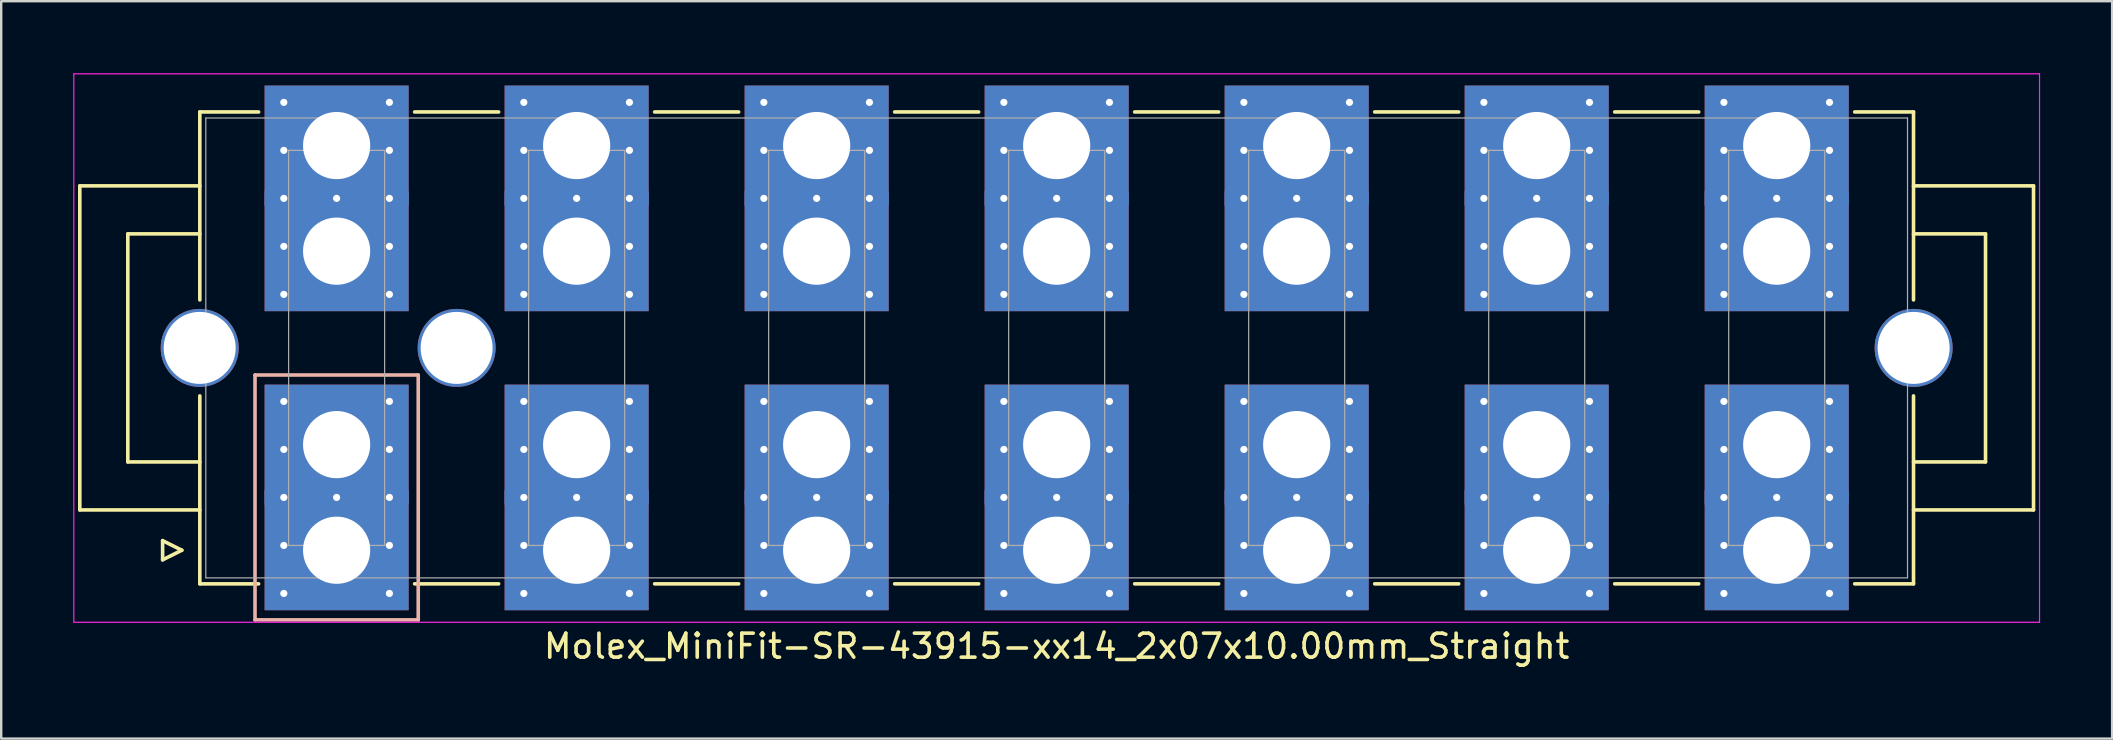
<source format=kicad_pcb>
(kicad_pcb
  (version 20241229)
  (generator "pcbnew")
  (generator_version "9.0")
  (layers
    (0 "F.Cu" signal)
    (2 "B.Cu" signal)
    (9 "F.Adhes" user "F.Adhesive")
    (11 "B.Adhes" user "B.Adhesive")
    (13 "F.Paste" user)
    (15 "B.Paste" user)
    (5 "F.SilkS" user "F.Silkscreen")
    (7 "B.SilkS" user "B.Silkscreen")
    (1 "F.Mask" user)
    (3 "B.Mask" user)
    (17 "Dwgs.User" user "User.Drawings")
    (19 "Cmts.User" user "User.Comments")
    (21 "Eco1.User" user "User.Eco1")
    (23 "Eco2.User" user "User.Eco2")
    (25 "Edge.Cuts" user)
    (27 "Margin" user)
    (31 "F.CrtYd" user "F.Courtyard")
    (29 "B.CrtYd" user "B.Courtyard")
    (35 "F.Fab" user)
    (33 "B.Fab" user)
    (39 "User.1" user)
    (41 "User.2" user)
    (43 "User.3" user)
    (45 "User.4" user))
  (footprint "Molex_MiniFit-SR-43915-xx14_2x07x10.00mm_Straight"
    (layer "F.Cu")
    (at 10.975 19.875)
    (property "Reference" "Molex_MiniFit-SR-43915-xx14_2x07x10.00mm_Straight" (at 30 4 0) (layer "F.SilkS") (effects (font (size 1 1) (thickness 0.15))))
    (attr through_hole)
    (fp_line (start -10.7 -15.18) (end -10.7 -1.68) (stroke (width 0.15) (type solid)) (layer "F.SilkS"))
    (fp_line (start -10.7 -1.68) (end -5.7 -1.68) (stroke (width 0.15) (type solid)) (layer "F.SilkS"))
    (fp_line (start -8.7 -13.18) (end -8.7 -3.68) (stroke (width 0.15) (type solid)) (layer "F.SilkS"))
    (fp_line (start -8.7 -3.68) (end -5.7 -3.68) (stroke (width 0.15) (type solid)) (layer "F.SilkS"))
    (fp_line (start -7.25 -0.4) (end -7.25 0.4) (stroke (width 0.15) (type solid)) (layer "F.SilkS"))
    (fp_line (start -7.25 0.4) (end -6.45 0) (stroke (width 0.15) (type solid)) (layer "F.SilkS"))
    (fp_line (start -6.45 0) (end -7.25 -0.4) (stroke (width 0.15) (type solid)) (layer "F.SilkS"))
    (fp_line (start -5.7 -18.26) (end -5.7 -10.43) (stroke (width 0.15) (type solid)) (layer "F.SilkS"))
    (fp_line (start -5.7 -15.18) (end -10.7 -15.18) (stroke (width 0.15) (type solid)) (layer "F.SilkS"))
    (fp_line (start -5.7 -13.18) (end -8.7 -13.18) (stroke (width 0.15) (type solid)) (layer "F.SilkS"))
    (fp_line (start -5.7 1.4) (end -5.7 -6.43) (stroke (width 0.15) (type solid)) (layer "F.SilkS"))
    (fp_line (start -3.25 -18.26) (end -5.7 -18.26) (stroke (width 0.15) (type solid)) (layer "F.SilkS"))
    (fp_line (start -3.25 1.4) (end -5.7 1.4) (stroke (width 0.15) (type solid)) (layer "F.SilkS"))
    (fp_line (start 3.25 -18.26) (end 6.75 -18.26) (stroke (width 0.15) (type solid)) (layer "F.SilkS"))
    (fp_line (start 3.25 1.4) (end 6.75 1.4) (stroke (width 0.15) (type solid)) (layer "F.SilkS"))
    (fp_line (start 13.25 -18.26) (end 16.75 -18.26) (stroke (width 0.15) (type solid)) (layer "F.SilkS"))
    (fp_line (start 13.25 1.4) (end 16.75 1.4) (stroke (width 0.15) (type solid)) (layer "F.SilkS"))
    (fp_line (start 23.25 -18.26) (end 26.75 -18.26) (stroke (width 0.15) (type solid)) (layer "F.SilkS"))
    (fp_line (start 23.25 1.4) (end 26.75 1.4) (stroke (width 0.15) (type solid)) (layer "F.SilkS"))
    (fp_line (start 33.25 -18.26) (end 36.75 -18.26) (stroke (width 0.15) (type solid)) (layer "F.SilkS"))
    (fp_line (start 33.25 1.4) (end 36.75 1.4) (stroke (width 0.15) (type solid)) (layer "F.SilkS"))
    (fp_line (start 43.25 -18.26) (end 46.75 -18.26) (stroke (width 0.15) (type solid)) (layer "F.SilkS"))
    (fp_line (start 43.25 1.4) (end 46.75 1.4) (stroke (width 0.15) (type solid)) (layer "F.SilkS"))
    (fp_line (start 53.25 -18.26) (end 56.75 -18.26) (stroke (width 0.15) (type solid)) (layer "F.SilkS"))
    (fp_line (start 53.25 1.4) (end 56.75 1.4) (stroke (width 0.15) (type solid)) (layer "F.SilkS"))
    (fp_line (start 63.25 -18.26) (end 65.7 -18.26) (stroke (width 0.15) (type solid)) (layer "F.SilkS"))
    (fp_line (start 63.25 1.4) (end 65.7 1.4) (stroke (width 0.15) (type solid)) (layer "F.SilkS"))
    (fp_line (start 65.7 -18.26) (end 65.7 -10.43) (stroke (width 0.15) (type solid)) (layer "F.SilkS"))
    (fp_line (start 65.7 -15.18) (end 70.7 -15.18) (stroke (width 0.15) (type solid)) (layer "F.SilkS"))
    (fp_line (start 65.7 -13.18) (end 68.7 -13.18) (stroke (width 0.15) (type solid)) (layer "F.SilkS"))
    (fp_line (start 65.7 1.4) (end 65.7 -6.43) (stroke (width 0.15) (type solid)) (layer "F.SilkS"))
    (fp_line (start 68.7 -13.18) (end 68.7 -3.68) (stroke (width 0.15) (type solid)) (layer "F.SilkS"))
    (fp_line (start 68.7 -3.68) (end 65.7 -3.68) (stroke (width 0.15) (type solid)) (layer "F.SilkS"))
    (fp_line (start 70.7 -15.18) (end 70.7 -1.68) (stroke (width 0.15) (type solid)) (layer "F.SilkS"))
    (fp_line (start 70.7 -1.68) (end 65.7 -1.68) (stroke (width 0.15) (type solid)) (layer "F.SilkS"))
    (fp_line (start -3.4 -7.3) (end -3.4 2.9) (stroke (width 0.15) (type solid)) (layer "B.SilkS"))
    (fp_line (start -3.4 2.9) (end 3.4 2.9) (stroke (width 0.15) (type solid)) (layer "B.SilkS"))
    (fp_line (start 3.4 -7.3) (end -3.4 -7.3) (stroke (width 0.15) (type solid)) (layer "B.SilkS"))
    (fp_line (start 3.4 2.9) (end 3.4 -7.3) (stroke (width 0.15) (type solid)) (layer "B.SilkS"))
    (fp_line (start -10.95 -19.85) (end -10.95 3) (stroke (width 0.05) (type solid)) (layer "F.CrtYd"))
    (fp_line (start -10.95 3) (end 70.95 3) (stroke (width 0.05) (type solid)) (layer "F.CrtYd"))
    (fp_line (start 70.95 -19.85) (end -10.95 -19.85) (stroke (width 0.05) (type solid)) (layer "F.CrtYd"))
    (fp_line (start 70.95 3) (end 70.95 -19.85) (stroke (width 0.05) (type solid)) (layer "F.CrtYd"))
    (fp_line (start -5.45 -18.01) (end -5.45 1.15) (stroke (width 0.05) (type solid)) (layer "F.Fab"))
    (fp_line (start -5.45 1.15) (end 65.45 1.15) (stroke (width 0.05) (type solid)) (layer "F.Fab"))
    (fp_line (start -2 -16.66) (end -2 -0.2) (stroke (width 0.05) (type solid)) (layer "F.Fab"))
    (fp_line (start -2 -0.2) (end 2 -0.2) (stroke (width 0.05) (type solid)) (layer "F.Fab"))
    (fp_line (start 2 -16.66) (end -2 -16.66) (stroke (width 0.05) (type solid)) (layer "F.Fab"))
    (fp_line (start 2 -0.2) (end 2 -16.66) (stroke (width 0.05) (type solid)) (layer "F.Fab"))
    (fp_line (start 8 -16.66) (end 8 -0.2) (stroke (width 0.05) (type solid)) (layer "F.Fab"))
    (fp_line (start 8 -0.2) (end 12 -0.2) (stroke (width 0.05) (type solid)) (layer "F.Fab"))
    (fp_line (start 12 -16.66) (end 8 -16.66) (stroke (width 0.05) (type solid)) (layer "F.Fab"))
    (fp_line (start 12 -0.2) (end 12 -16.66) (stroke (width 0.05) (type solid)) (layer "F.Fab"))
    (fp_line (start 18 -16.66) (end 18 -0.2) (stroke (width 0.05) (type solid)) (layer "F.Fab"))
    (fp_line (start 18 -0.2) (end 22 -0.2) (stroke (width 0.05) (type solid)) (layer "F.Fab"))
    (fp_line (start 22 -16.66) (end 18 -16.66) (stroke (width 0.05) (type solid)) (layer "F.Fab"))
    (fp_line (start 22 -0.2) (end 22 -16.66) (stroke (width 0.05) (type solid)) (layer "F.Fab"))
    (fp_line (start 28 -16.66) (end 28 -0.2) (stroke (width 0.05) (type solid)) (layer "F.Fab"))
    (fp_line (start 28 -0.2) (end 32 -0.2) (stroke (width 0.05) (type solid)) (layer "F.Fab"))
    (fp_line (start 32 -16.66) (end 28 -16.66) (stroke (width 0.05) (type solid)) (layer "F.Fab"))
    (fp_line (start 32 -0.2) (end 32 -16.66) (stroke (width 0.05) (type solid)) (layer "F.Fab"))
    (fp_line (start 38 -16.66) (end 38 -0.2) (stroke (width 0.05) (type solid)) (layer "F.Fab"))
    (fp_line (start 38 -0.2) (end 42 -0.2) (stroke (width 0.05) (type solid)) (layer "F.Fab"))
    (fp_line (start 42 -16.66) (end 38 -16.66) (stroke (width 0.05) (type solid)) (layer "F.Fab"))
    (fp_line (start 42 -0.2) (end 42 -16.66) (stroke (width 0.05) (type solid)) (layer "F.Fab"))
    (fp_line (start 48 -16.66) (end 48 -0.2) (stroke (width 0.05) (type solid)) (layer "F.Fab"))
    (fp_line (start 48 -0.2) (end 52 -0.2) (stroke (width 0.05) (type solid)) (layer "F.Fab"))
    (fp_line (start 52 -16.66) (end 48 -16.66) (stroke (width 0.05) (type solid)) (layer "F.Fab"))
    (fp_line (start 52 -0.2) (end 52 -16.66) (stroke (width 0.05) (type solid)) (layer "F.Fab"))
    (fp_line (start 58 -16.66) (end 58 -0.2) (stroke (width 0.05) (type solid)) (layer "F.Fab"))
    (fp_line (start 58 -0.2) (end 62 -0.2) (stroke (width 0.05) (type solid)) (layer "F.Fab"))
    (fp_line (start 62 -16.66) (end 58 -16.66) (stroke (width 0.05) (type solid)) (layer "F.Fab"))
    (fp_line (start 62 -0.2) (end 62 -16.66) (stroke (width 0.05) (type solid)) (layer "F.Fab"))
    (fp_line (start 65.45 -18.01) (end -5.45 -18.01) (stroke (width 0.05) (type solid)) (layer "F.Fab"))
    (fp_line (start 65.45 1.15) (end 65.45 -18.01) (stroke (width 0.05) (type solid)) (layer "F.Fab"))
    (pad "" thru_hole circle (at -5.705 -8.43) (size 3.25 3.25) (drill 3) (layers "*.Cu" "*.Mask"))
    (pad "" thru_hole circle (at 0 -14.66) (size 0.5 0.5) (drill 0.3) (layers "*.Cu" "B.Mask"))
    (pad "" thru_hole circle (at 0 -2.2) (size 0.5 0.5) (drill 0.3) (layers "*.Cu" "B.Mask"))
    (pad "" thru_hole circle (at 5 -8.43) (size 3.25 3.25) (drill 3) (layers "*.Cu" "*.Mask"))
    (pad "" thru_hole circle (at 10 -14.66) (size 0.5 0.5) (drill 0.3) (layers "*.Cu" "B.Mask"))
    (pad "" thru_hole circle (at 10 -2.2) (size 0.5 0.5) (drill 0.3) (layers "*.Cu" "B.Mask"))
    (pad "" thru_hole circle (at 20 -14.66) (size 0.5 0.5) (drill 0.3) (layers "*.Cu" "B.Mask"))
    (pad "" thru_hole circle (at 20 -2.2) (size 0.5 0.5) (drill 0.3) (layers "*.Cu" "B.Mask"))
    (pad "" thru_hole circle (at 30 -14.66) (size 0.5 0.5) (drill 0.3) (layers "*.Cu" "B.Mask"))
    (pad "" thru_hole circle (at 30 -2.2) (size 0.5 0.5) (drill 0.3) (layers "*.Cu" "B.Mask"))
    (pad "" thru_hole circle (at 40 -14.66) (size 0.5 0.5) (drill 0.3) (layers "*.Cu" "B.Mask"))
    (pad "" thru_hole circle (at 40 -2.2) (size 0.5 0.5) (drill 0.3) (layers "*.Cu" "B.Mask"))
    (pad "" thru_hole circle (at 50 -14.66) (size 0.5 0.5) (drill 0.3) (layers "*.Cu" "B.Mask"))
    (pad "" thru_hole circle (at 50 -2.2) (size 0.5 0.5) (drill 0.3) (layers "*.Cu" "B.Mask"))
    (pad "" thru_hole circle (at 60 -14.66) (size 0.5 0.5) (drill 0.3) (layers "*.Cu" "B.Mask"))
    (pad "" thru_hole circle (at 60 -2.2) (size 0.5 0.5) (drill 0.3) (layers "*.Cu" "B.Mask"))
    (pad "" thru_hole circle (at 65.705 -8.43) (size 3.25 3.25) (drill 3) (layers "*.Cu" "*.Mask"))
    (pad "1" thru_hole rect (at -2.2 -6.2) (size 0.5 0.5) (drill 0.3) (layers "*.Cu" "B.Mask"))
    (pad "1" thru_hole rect (at -2.2 -4.2) (size 0.5 0.5) (drill 0.3) (layers "*.Cu" "B.Mask"))
    (pad "1" thru_hole rect (at -2.2 -2.2) (size 0.5 0.5) (drill 0.3) (layers "*.Cu" "B.Mask"))
    (pad "1" thru_hole rect (at -2.2 -0.2) (size 0.5 0.5) (drill 0.3) (layers "*.Cu" "B.Mask"))
    (pad "1" thru_hole rect (at -2.2 1.8) (size 0.5 0.5) (drill 0.3) (layers "*.Cu" "B.Mask"))
    (pad "1" thru_hole rect (at 0 -4.4) (size 6 5) (drill 2.8) (layers "*.Cu" "B.Mask"))
    (pad "1" thru_hole rect (at 0 0) (size 6 5) (drill 2.8) (layers "*.Cu" "B.Mask"))
    (pad "1" thru_hole rect (at 2.2 -6.2) (size 0.5 0.5) (drill 0.3) (layers "*.Cu" "B.Mask"))
    (pad "1" thru_hole rect (at 2.2 -4.2) (size 0.5 0.5) (drill 0.3) (layers "*.Cu" "B.Mask"))
    (pad "1" thru_hole rect (at 2.2 -2.2) (size 0.5 0.5) (drill 0.3) (layers "*.Cu" "B.Mask"))
    (pad "1" thru_hole rect (at 2.2 -0.2) (size 0.5 0.5) (drill 0.3) (layers "*.Cu" "B.Mask"))
    (pad "1" thru_hole rect (at 2.2 1.8) (size 0.5 0.5) (drill 0.3) (layers "*.Cu" "B.Mask"))
    (pad "2" thru_hole circle (at 7.8 -6.2) (size 0.5 0.5) (drill 0.3) (layers "*.Cu" "B.Mask"))
    (pad "2" thru_hole circle (at 7.8 -4.2) (size 0.5 0.5) (drill 0.3) (layers "*.Cu" "B.Mask"))
    (pad "2" thru_hole circle (at 7.8 -2.2) (size 0.5 0.5) (drill 0.3) (layers "*.Cu" "B.Mask"))
    (pad "2" thru_hole circle (at 7.8 -0.2) (size 0.5 0.5) (drill 0.3) (layers "*.Cu" "B.Mask"))
    (pad "2" thru_hole circle (at 7.8 1.8) (size 0.5 0.5) (drill 0.3) (layers "*.Cu" "B.Mask"))
    (pad "2" thru_hole rect (at 10 -4.4) (size 6 5) (drill 2.8) (layers "*.Cu" "B.Mask"))
    (pad "2" thru_hole rect (at 10 0) (size 6 5) (drill 2.8) (layers "*.Cu" "B.Mask"))
    (pad "2" thru_hole circle (at 12.2 -6.2) (size 0.5 0.5) (drill 0.3) (layers "*.Cu" "B.Mask"))
    (pad "2" thru_hole circle (at 12.2 -4.2) (size 0.5 0.5) (drill 0.3) (layers "*.Cu" "B.Mask"))
    (pad "2" thru_hole circle (at 12.2 -2.2) (size 0.5 0.5) (drill 0.3) (layers "*.Cu" "B.Mask"))
    (pad "2" thru_hole circle (at 12.2 -0.2) (size 0.5 0.5) (drill 0.3) (layers "*.Cu" "B.Mask"))
    (pad "2" thru_hole circle (at 12.2 1.8) (size 0.5 0.5) (drill 0.3) (layers "*.Cu" "B.Mask"))
    (pad "3" thru_hole circle (at 17.8 -6.2) (size 0.5 0.5) (drill 0.3) (layers "*.Cu" "B.Mask"))
    (pad "3" thru_hole circle (at 17.8 -4.2) (size 0.5 0.5) (drill 0.3) (layers "*.Cu" "B.Mask"))
    (pad "3" thru_hole circle (at 17.8 -2.2) (size 0.5 0.5) (drill 0.3) (layers "*.Cu" "B.Mask"))
    (pad "3" thru_hole circle (at 17.8 -0.2) (size 0.5 0.5) (drill 0.3) (layers "*.Cu" "B.Mask"))
    (pad "3" thru_hole circle (at 17.8 1.8) (size 0.5 0.5) (drill 0.3) (layers "*.Cu" "B.Mask"))
    (pad "3" thru_hole rect (at 20 -4.4) (size 6 5) (drill 2.8) (layers "*.Cu" "B.Mask"))
    (pad "3" thru_hole rect (at 20 0) (size 6 5) (drill 2.8) (layers "*.Cu" "B.Mask"))
    (pad "3" thru_hole circle (at 22.2 -6.2) (size 0.5 0.5) (drill 0.3) (layers "*.Cu" "B.Mask"))
    (pad "3" thru_hole circle (at 22.2 -4.2) (size 0.5 0.5) (drill 0.3) (layers "*.Cu" "B.Mask"))
    (pad "3" thru_hole circle (at 22.2 -2.2) (size 0.5 0.5) (drill 0.3) (layers "*.Cu" "B.Mask"))
    (pad "3" thru_hole circle (at 22.2 -0.2) (size 0.5 0.5) (drill 0.3) (layers "*.Cu" "B.Mask"))
    (pad "3" thru_hole circle (at 22.2 1.8) (size 0.5 0.5) (drill 0.3) (layers "*.Cu" "B.Mask"))
    (pad "4" thru_hole circle (at 27.8 -6.2) (size 0.5 0.5) (drill 0.3) (layers "*.Cu" "B.Mask"))
    (pad "4" thru_hole circle (at 27.8 -4.2) (size 0.5 0.5) (drill 0.3) (layers "*.Cu" "B.Mask"))
    (pad "4" thru_hole circle (at 27.8 -2.2) (size 0.5 0.5) (drill 0.3) (layers "*.Cu" "B.Mask"))
    (pad "4" thru_hole circle (at 27.8 -0.2) (size 0.5 0.5) (drill 0.3) (layers "*.Cu" "B.Mask"))
    (pad "4" thru_hole circle (at 27.8 1.8) (size 0.5 0.5) (drill 0.3) (layers "*.Cu" "B.Mask"))
    (pad "4" thru_hole rect (at 30 -4.4) (size 6 5) (drill 2.8) (layers "*.Cu" "B.Mask"))
    (pad "4" thru_hole rect (at 30 0) (size 6 5) (drill 2.8) (layers "*.Cu" "B.Mask"))
    (pad "4" thru_hole circle (at 32.2 -6.2) (size 0.5 0.5) (drill 0.3) (layers "*.Cu" "B.Mask"))
    (pad "4" thru_hole circle (at 32.2 -4.2) (size 0.5 0.5) (drill 0.3) (layers "*.Cu" "B.Mask"))
    (pad "4" thru_hole circle (at 32.2 -2.2) (size 0.5 0.5) (drill 0.3) (layers "*.Cu" "B.Mask"))
    (pad "4" thru_hole circle (at 32.2 -0.2) (size 0.5 0.5) (drill 0.3) (layers "*.Cu" "B.Mask"))
    (pad "4" thru_hole circle (at 32.2 1.8) (size 0.5 0.5) (drill 0.3) (layers "*.Cu" "B.Mask"))
    (pad "5" thru_hole circle (at 37.8 -6.2) (size 0.5 0.5) (drill 0.3) (layers "*.Cu" "B.Mask"))
    (pad "5" thru_hole circle (at 37.8 -4.2) (size 0.5 0.5) (drill 0.3) (layers "*.Cu" "B.Mask"))
    (pad "5" thru_hole circle (at 37.8 -2.2) (size 0.5 0.5) (drill 0.3) (layers "*.Cu" "B.Mask"))
    (pad "5" thru_hole circle (at 37.8 -0.2) (size 0.5 0.5) (drill 0.3) (layers "*.Cu" "B.Mask"))
    (pad "5" thru_hole circle (at 37.8 1.8) (size 0.5 0.5) (drill 0.3) (layers "*.Cu" "B.Mask"))
    (pad "5" thru_hole rect (at 40 -4.4) (size 6 5) (drill 2.8) (layers "*.Cu" "B.Mask"))
    (pad "5" thru_hole rect (at 40 0) (size 6 5) (drill 2.8) (layers "*.Cu" "B.Mask"))
    (pad "5" thru_hole circle (at 42.2 -6.2) (size 0.5 0.5) (drill 0.3) (layers "*.Cu" "B.Mask"))
    (pad "5" thru_hole circle (at 42.2 -4.2) (size 0.5 0.5) (drill 0.3) (layers "*.Cu" "B.Mask"))
    (pad "5" thru_hole circle (at 42.2 -2.2) (size 0.5 0.5) (drill 0.3) (layers "*.Cu" "B.Mask"))
    (pad "5" thru_hole circle (at 42.2 -0.2) (size 0.5 0.5) (drill 0.3) (layers "*.Cu" "B.Mask"))
    (pad "5" thru_hole circle (at 42.2 1.8) (size 0.5 0.5) (drill 0.3) (layers "*.Cu" "B.Mask"))
    (pad "6" thru_hole circle (at 47.8 -6.2) (size 0.5 0.5) (drill 0.3) (layers "*.Cu" "B.Mask"))
    (pad "6" thru_hole circle (at 47.8 -4.2) (size 0.5 0.5) (drill 0.3) (layers "*.Cu" "B.Mask"))
    (pad "6" thru_hole circle (at 47.8 -2.2) (size 0.5 0.5) (drill 0.3) (layers "*.Cu" "B.Mask"))
    (pad "6" thru_hole circle (at 47.8 -0.2) (size 0.5 0.5) (drill 0.3) (layers "*.Cu" "B.Mask"))
    (pad "6" thru_hole circle (at 47.8 1.8) (size 0.5 0.5) (drill 0.3) (layers "*.Cu" "B.Mask"))
    (pad "6" thru_hole rect (at 50 -4.4) (size 6 5) (drill 2.8) (layers "*.Cu" "B.Mask"))
    (pad "6" thru_hole rect (at 50 0) (size 6 5) (drill 2.8) (layers "*.Cu" "B.Mask"))
    (pad "6" thru_hole circle (at 52.2 -6.2) (size 0.5 0.5) (drill 0.3) (layers "*.Cu" "B.Mask"))
    (pad "6" thru_hole circle (at 52.2 -4.2) (size 0.5 0.5) (drill 0.3) (layers "*.Cu" "B.Mask"))
    (pad "6" thru_hole circle (at 52.2 -2.2) (size 0.5 0.5) (drill 0.3) (layers "*.Cu" "B.Mask"))
    (pad "6" thru_hole circle (at 52.2 -0.2) (size 0.5 0.5) (drill 0.3) (layers "*.Cu" "B.Mask"))
    (pad "6" thru_hole circle (at 52.2 1.8) (size 0.5 0.5) (drill 0.3) (layers "*.Cu" "B.Mask"))
    (pad "7" thru_hole circle (at 57.8 -6.2) (size 0.5 0.5) (drill 0.3) (layers "*.Cu" "B.Mask"))
    (pad "7" thru_hole circle (at 57.8 -4.2) (size 0.5 0.5) (drill 0.3) (layers "*.Cu" "B.Mask"))
    (pad "7" thru_hole circle (at 57.8 -2.2) (size 0.5 0.5) (drill 0.3) (layers "*.Cu" "B.Mask"))
    (pad "7" thru_hole circle (at 57.8 -0.2) (size 0.5 0.5) (drill 0.3) (layers "*.Cu" "B.Mask"))
    (pad "7" thru_hole circle (at 57.8 1.8) (size 0.5 0.5) (drill 0.3) (layers "*.Cu" "B.Mask"))
    (pad "7" thru_hole rect (at 60 -4.4) (size 6 5) (drill 2.8) (layers "*.Cu" "B.Mask"))
    (pad "7" thru_hole rect (at 60 0) (size 6 5) (drill 2.8) (layers "*.Cu" "B.Mask"))
    (pad "7" thru_hole circle (at 62.2 -6.2) (size 0.5 0.5) (drill 0.3) (layers "*.Cu" "B.Mask"))
    (pad "7" thru_hole circle (at 62.2 -4.2) (size 0.5 0.5) (drill 0.3) (layers "*.Cu" "B.Mask"))
    (pad "7" thru_hole circle (at 62.2 -2.2) (size 0.5 0.5) (drill 0.3) (layers "*.Cu" "B.Mask"))
    (pad "7" thru_hole circle (at 62.2 -0.2) (size 0.5 0.5) (drill 0.3) (layers "*.Cu" "B.Mask"))
    (pad "7" thru_hole circle (at 62.2 1.8) (size 0.5 0.5) (drill 0.3) (layers "*.Cu" "B.Mask"))
    (pad "8" thru_hole circle (at -2.2 -18.66) (size 0.5 0.5) (drill 0.3) (layers "*.Cu" "B.Mask"))
    (pad "8" thru_hole circle (at -2.2 -16.66) (size 0.5 0.5) (drill 0.3) (layers "*.Cu" "B.Mask"))
    (pad "8" thru_hole circle (at -2.2 -14.66) (size 0.5 0.5) (drill 0.3) (layers "*.Cu" "B.Mask"))
    (pad "8" thru_hole circle (at -2.2 -12.66) (size 0.5 0.5) (drill 0.3) (layers "*.Cu" "B.Mask"))
    (pad "8" thru_hole circle (at -2.2 -10.66) (size 0.5 0.5) (drill 0.3) (layers "*.Cu" "B.Mask"))
    (pad "8" thru_hole rect (at 0 -16.86) (size 6 5) (drill 2.8) (layers "*.Cu" "B.Mask"))
    (pad "8" thru_hole rect (at 0 -12.46) (size 6 5) (drill 2.8) (layers "*.Cu" "B.Mask"))
    (pad "8" thru_hole circle (at 2.2 -18.66) (size 0.5 0.5) (drill 0.3) (layers "*.Cu" "B.Mask"))
    (pad "8" thru_hole circle (at 2.2 -16.66) (size 0.5 0.5) (drill 0.3) (layers "*.Cu" "B.Mask"))
    (pad "8" thru_hole circle (at 2.2 -14.66) (size 0.5 0.5) (drill 0.3) (layers "*.Cu" "B.Mask"))
    (pad "8" thru_hole circle (at 2.2 -12.66) (size 0.5 0.5) (drill 0.3) (layers "*.Cu" "B.Mask"))
    (pad "8" thru_hole circle (at 2.2 -10.66) (size 0.5 0.5) (drill 0.3) (layers "*.Cu" "B.Mask"))
    (pad "9" thru_hole circle (at 7.8 -18.66) (size 0.5 0.5) (drill 0.3) (layers "*.Cu" "B.Mask"))
    (pad "9" thru_hole circle (at 7.8 -16.66) (size 0.5 0.5) (drill 0.3) (layers "*.Cu" "B.Mask"))
    (pad "9" thru_hole circle (at 7.8 -14.66) (size 0.5 0.5) (drill 0.3) (layers "*.Cu" "B.Mask"))
    (pad "9" thru_hole circle (at 7.8 -12.66) (size 0.5 0.5) (drill 0.3) (layers "*.Cu" "B.Mask"))
    (pad "9" thru_hole circle (at 7.8 -10.66) (size 0.5 0.5) (drill 0.3) (layers "*.Cu" "B.Mask"))
    (pad "9" thru_hole rect (at 10 -16.86) (size 6 5) (drill 2.8) (layers "*.Cu" "B.Mask"))
    (pad "9" thru_hole rect (at 10 -12.46) (size 6 5) (drill 2.8) (layers "*.Cu" "B.Mask"))
    (pad "9" thru_hole circle (at 12.2 -18.66) (size 0.5 0.5) (drill 0.3) (layers "*.Cu" "B.Mask"))
    (pad "9" thru_hole circle (at 12.2 -16.66) (size 0.5 0.5) (drill 0.3) (layers "*.Cu" "B.Mask"))
    (pad "9" thru_hole circle (at 12.2 -14.66) (size 0.5 0.5) (drill 0.3) (layers "*.Cu" "B.Mask"))
    (pad "9" thru_hole circle (at 12.2 -12.66) (size 0.5 0.5) (drill 0.3) (layers "*.Cu" "B.Mask"))
    (pad "9" thru_hole circle (at 12.2 -10.66) (size 0.5 0.5) (drill 0.3) (layers "*.Cu" "B.Mask"))
    (pad "10" thru_hole circle (at 17.8 -18.66) (size 0.5 0.5) (drill 0.3) (layers "*.Cu" "B.Mask"))
    (pad "10" thru_hole circle (at 17.8 -16.66) (size 0.5 0.5) (drill 0.3) (layers "*.Cu" "B.Mask"))
    (pad "10" thru_hole circle (at 17.8 -14.66) (size 0.5 0.5) (drill 0.3) (layers "*.Cu" "B.Mask"))
    (pad "10" thru_hole circle (at 17.8 -12.66) (size 0.5 0.5) (drill 0.3) (layers "*.Cu" "B.Mask"))
    (pad "10" thru_hole circle (at 17.8 -10.66) (size 0.5 0.5) (drill 0.3) (layers "*.Cu" "B.Mask"))
    (pad "10" thru_hole rect (at 20 -16.86) (size 6 5) (drill 2.8) (layers "*.Cu" "B.Mask"))
    (pad "10" thru_hole rect (at 20 -12.46) (size 6 5) (drill 2.8) (layers "*.Cu" "B.Mask"))
    (pad "10" thru_hole circle (at 22.2 -18.66) (size 0.5 0.5) (drill 0.3) (layers "*.Cu" "B.Mask"))
    (pad "10" thru_hole circle (at 22.2 -16.66) (size 0.5 0.5) (drill 0.3) (layers "*.Cu" "B.Mask"))
    (pad "10" thru_hole circle (at 22.2 -14.66) (size 0.5 0.5) (drill 0.3) (layers "*.Cu" "B.Mask"))
    (pad "10" thru_hole circle (at 22.2 -12.66) (size 0.5 0.5) (drill 0.3) (layers "*.Cu" "B.Mask"))
    (pad "10" thru_hole circle (at 22.2 -10.66) (size 0.5 0.5) (drill 0.3) (layers "*.Cu" "B.Mask"))
    (pad "11" thru_hole circle (at 27.8 -18.66) (size 0.5 0.5) (drill 0.3) (layers "*.Cu" "B.Mask"))
    (pad "11" thru_hole circle (at 27.8 -16.66) (size 0.5 0.5) (drill 0.3) (layers "*.Cu" "B.Mask"))
    (pad "11" thru_hole circle (at 27.8 -14.66) (size 0.5 0.5) (drill 0.3) (layers "*.Cu" "B.Mask"))
    (pad "11" thru_hole circle (at 27.8 -12.66) (size 0.5 0.5) (drill 0.3) (layers "*.Cu" "B.Mask"))
    (pad "11" thru_hole circle (at 27.8 -10.66) (size 0.5 0.5) (drill 0.3) (layers "*.Cu" "B.Mask"))
    (pad "11" thru_hole rect (at 30 -16.86) (size 6 5) (drill 2.8) (layers "*.Cu" "B.Mask"))
    (pad "11" thru_hole rect (at 30 -12.46) (size 6 5) (drill 2.8) (layers "*.Cu" "B.Mask"))
    (pad "11" thru_hole circle (at 32.2 -18.66) (size 0.5 0.5) (drill 0.3) (layers "*.Cu" "B.Mask"))
    (pad "11" thru_hole circle (at 32.2 -16.66) (size 0.5 0.5) (drill 0.3) (layers "*.Cu" "B.Mask"))
    (pad "11" thru_hole circle (at 32.2 -14.66) (size 0.5 0.5) (drill 0.3) (layers "*.Cu" "B.Mask"))
    (pad "11" thru_hole circle (at 32.2 -12.66) (size 0.5 0.5) (drill 0.3) (layers "*.Cu" "B.Mask"))
    (pad "11" thru_hole circle (at 32.2 -10.66) (size 0.5 0.5) (drill 0.3) (layers "*.Cu" "B.Mask"))
    (pad "12" thru_hole circle (at 37.8 -18.66) (size 0.5 0.5) (drill 0.3) (layers "*.Cu" "B.Mask"))
    (pad "12" thru_hole circle (at 37.8 -16.66) (size 0.5 0.5) (drill 0.3) (layers "*.Cu" "B.Mask"))
    (pad "12" thru_hole circle (at 37.8 -14.66) (size 0.5 0.5) (drill 0.3) (layers "*.Cu" "B.Mask"))
    (pad "12" thru_hole circle (at 37.8 -12.66) (size 0.5 0.5) (drill 0.3) (layers "*.Cu" "B.Mask"))
    (pad "12" thru_hole circle (at 37.8 -10.66) (size 0.5 0.5) (drill 0.3) (layers "*.Cu" "B.Mask"))
    (pad "12" thru_hole rect (at 40 -16.86) (size 6 5) (drill 2.8) (layers "*.Cu" "B.Mask"))
    (pad "12" thru_hole rect (at 40 -12.46) (size 6 5) (drill 2.8) (layers "*.Cu" "B.Mask"))
    (pad "12" thru_hole circle (at 42.2 -18.66) (size 0.5 0.5) (drill 0.3) (layers "*.Cu" "B.Mask"))
    (pad "12" thru_hole circle (at 42.2 -16.66) (size 0.5 0.5) (drill 0.3) (layers "*.Cu" "B.Mask"))
    (pad "12" thru_hole circle (at 42.2 -14.66) (size 0.5 0.5) (drill 0.3) (layers "*.Cu" "B.Mask"))
    (pad "12" thru_hole circle (at 42.2 -12.66) (size 0.5 0.5) (drill 0.3) (layers "*.Cu" "B.Mask"))
    (pad "12" thru_hole circle (at 42.2 -10.66) (size 0.5 0.5) (drill 0.3) (layers "*.Cu" "B.Mask"))
    (pad "13" thru_hole circle (at 47.8 -18.66) (size 0.5 0.5) (drill 0.3) (layers "*.Cu" "B.Mask"))
    (pad "13" thru_hole circle (at 47.8 -16.66) (size 0.5 0.5) (drill 0.3) (layers "*.Cu" "B.Mask"))
    (pad "13" thru_hole circle (at 47.8 -14.66) (size 0.5 0.5) (drill 0.3) (layers "*.Cu" "B.Mask"))
    (pad "13" thru_hole circle (at 47.8 -12.66) (size 0.5 0.5) (drill 0.3) (layers "*.Cu" "B.Mask"))
    (pad "13" thru_hole circle (at 47.8 -10.66) (size 0.5 0.5) (drill 0.3) (layers "*.Cu" "B.Mask"))
    (pad "13" thru_hole rect (at 50 -16.86) (size 6 5) (drill 2.8) (layers "*.Cu" "B.Mask"))
    (pad "13" thru_hole rect (at 50 -12.46) (size 6 5) (drill 2.8) (layers "*.Cu" "B.Mask"))
    (pad "13" thru_hole circle (at 52.2 -18.66) (size 0.5 0.5) (drill 0.3) (layers "*.Cu" "B.Mask"))
    (pad "13" thru_hole circle (at 52.2 -16.66) (size 0.5 0.5) (drill 0.3) (layers "*.Cu" "B.Mask"))
    (pad "13" thru_hole circle (at 52.2 -14.66) (size 0.5 0.5) (drill 0.3) (layers "*.Cu" "B.Mask"))
    (pad "13" thru_hole circle (at 52.2 -12.66) (size 0.5 0.5) (drill 0.3) (layers "*.Cu" "B.Mask"))
    (pad "13" thru_hole circle (at 52.2 -10.66) (size 0.5 0.5) (drill 0.3) (layers "*.Cu" "B.Mask"))
    (pad "14" thru_hole circle (at 57.8 -18.66) (size 0.5 0.5) (drill 0.3) (layers "*.Cu" "B.Mask"))
    (pad "14" thru_hole circle (at 57.8 -16.66) (size 0.5 0.5) (drill 0.3) (layers "*.Cu" "B.Mask"))
    (pad "14" thru_hole circle (at 57.8 -14.66) (size 0.5 0.5) (drill 0.3) (layers "*.Cu" "B.Mask"))
    (pad "14" thru_hole circle (at 57.8 -12.66) (size 0.5 0.5) (drill 0.3) (layers "*.Cu" "B.Mask"))
    (pad "14" thru_hole circle (at 57.8 -10.66) (size 0.5 0.5) (drill 0.3) (layers "*.Cu" "B.Mask"))
    (pad "14" thru_hole rect (at 60 -16.86) (size 6 5) (drill 2.8) (layers "*.Cu" "B.Mask"))
    (pad "14" thru_hole rect (at 60 -12.46) (size 6 5) (drill 2.8) (layers "*.Cu" "B.Mask"))
    (pad "14" thru_hole circle (at 62.2 -18.66) (size 0.5 0.5) (drill 0.3) (layers "*.Cu" "B.Mask"))
    (pad "14" thru_hole circle (at 62.2 -16.66) (size 0.5 0.5) (drill 0.3) (layers "*.Cu" "B.Mask"))
    (pad "14" thru_hole circle (at 62.2 -14.66) (size 0.5 0.5) (drill 0.3) (layers "*.Cu" "B.Mask"))
    (pad "14" thru_hole circle (at 62.2 -12.66) (size 0.5 0.5) (drill 0.3) (layers "*.Cu" "B.Mask"))
    (pad "14" thru_hole circle (at 62.2 -10.66) (size 0.5 0.5) (drill 0.3) (layers "*.Cu" "B.Mask")))
  (gr_rect
    (start -3 -3)
    (end 84.95 27.723)
    (stroke (width 0.1) (type default))
    (fill no)
    (layer "Edge.Cuts")))
</source>
